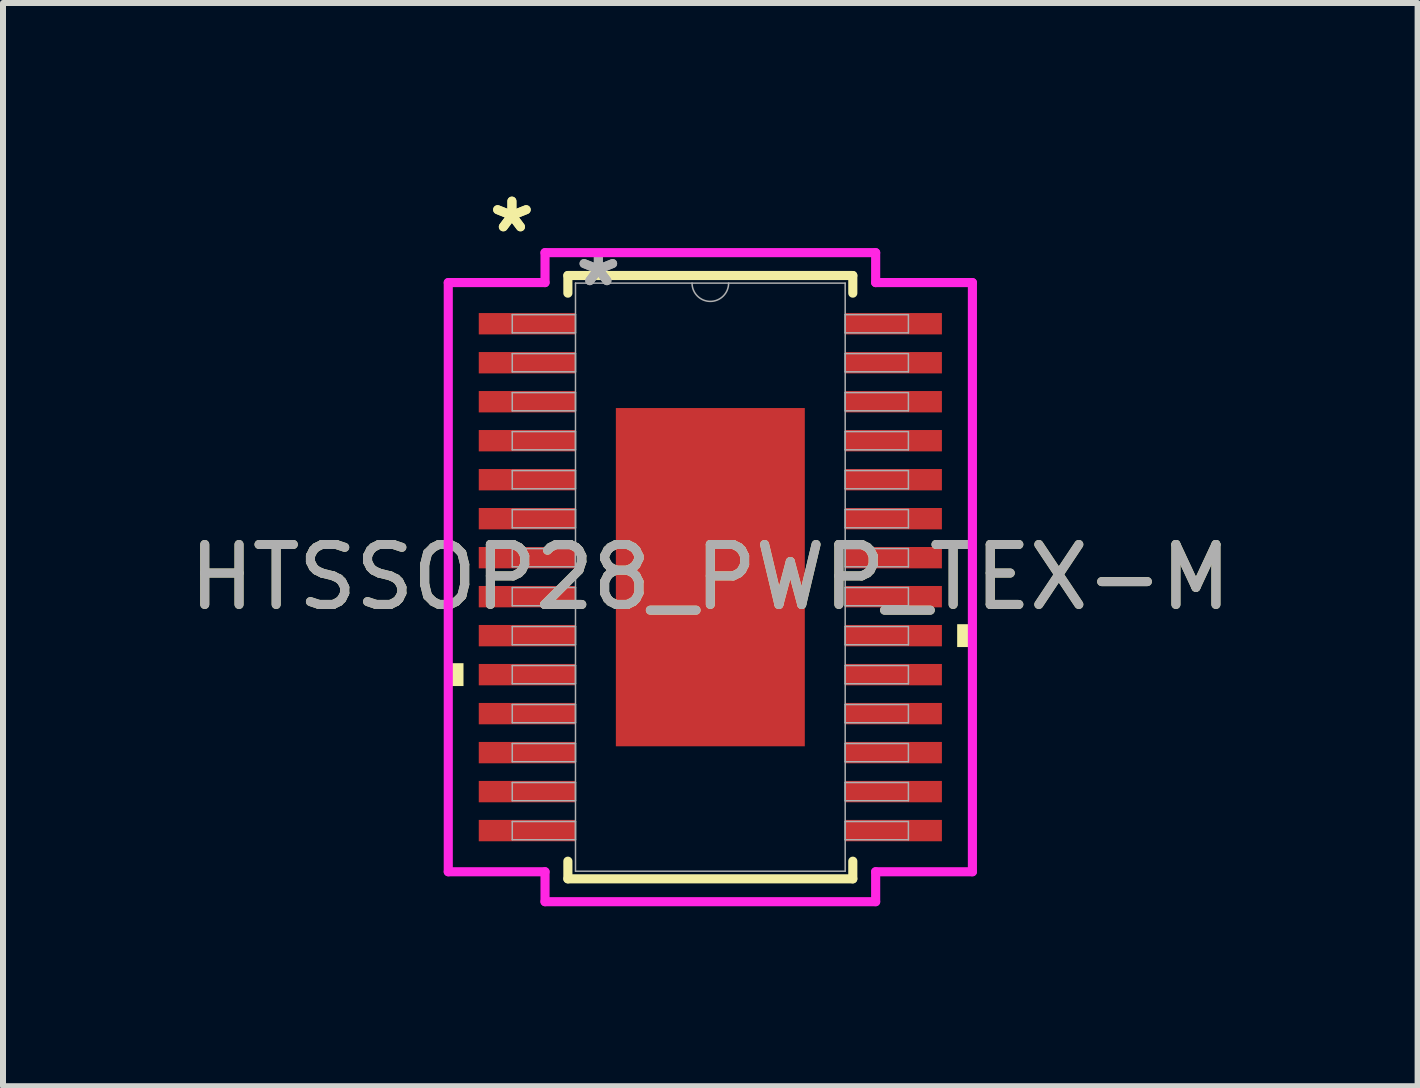
<source format=kicad_pcb>
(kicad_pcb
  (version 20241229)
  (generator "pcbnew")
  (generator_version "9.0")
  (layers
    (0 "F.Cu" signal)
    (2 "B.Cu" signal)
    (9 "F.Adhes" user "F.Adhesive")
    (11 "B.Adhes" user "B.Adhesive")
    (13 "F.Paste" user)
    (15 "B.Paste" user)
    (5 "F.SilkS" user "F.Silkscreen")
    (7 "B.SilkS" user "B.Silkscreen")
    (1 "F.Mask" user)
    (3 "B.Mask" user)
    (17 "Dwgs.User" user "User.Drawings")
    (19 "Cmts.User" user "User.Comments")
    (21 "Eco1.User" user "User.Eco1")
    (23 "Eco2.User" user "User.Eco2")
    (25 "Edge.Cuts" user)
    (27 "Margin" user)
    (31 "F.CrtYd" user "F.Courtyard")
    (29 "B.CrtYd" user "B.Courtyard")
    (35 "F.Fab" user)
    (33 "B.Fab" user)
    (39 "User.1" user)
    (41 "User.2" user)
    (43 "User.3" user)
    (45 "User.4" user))
  (footprint "HTSSOP28_PWP_TEX-M"
    (layer "F.Cu")
    (at 8.792 6.572)
    (property "Reference" "HTSSOP28_PWP_TEX-M" (at 0 0 0) (unlocked yes) (layer "F.SilkS") (effects (font (size 1 1) (thickness 0.15))))
    (attr smd)
    (fp_line (start -2.375 -5.029) (end -2.375 -4.735) (stroke (width 0.152) (type solid)) (layer "F.SilkS"))
    (fp_line (start -2.375 4.735) (end -2.375 5.029) (stroke (width 0.152) (type solid)) (layer "F.SilkS"))
    (fp_line (start -2.375 5.029) (end 2.375 5.029) (stroke (width 0.152) (type solid)) (layer "F.SilkS"))
    (fp_line (start 2.375 -5.029) (end -2.375 -5.029) (stroke (width 0.152) (type solid)) (layer "F.SilkS"))
    (fp_line (start 2.375 -4.735) (end 2.375 -5.029) (stroke (width 0.152) (type solid)) (layer "F.SilkS"))
    (fp_line (start 2.375 5.029) (end 2.375 4.735) (stroke (width 0.152) (type solid)) (layer "F.SilkS"))
    (fp_poly (pts (xy -4.369 1.434) (xy -4.369 1.815) (xy -4.115 1.815) (xy -4.115 1.434)) (stroke (width 0) (type solid)) (fill yes) (layer "F.SilkS"))
    (fp_poly (pts (xy 4.369 0.784) (xy 4.369 1.165) (xy 4.115 1.165) (xy 4.115 0.784)) (stroke (width 0) (type solid)) (fill yes) (layer "F.SilkS"))
    (fp_poly (pts (xy -1.475 -2.719) (xy -1.475 -1.51) (xy -0.1 -1.51) (xy -0.1 -2.719)) (stroke (width 0) (type solid)) (fill yes) (layer "F.Paste"))
    (fp_poly (pts (xy -1.475 -1.31) (xy -1.475 -0.1) (xy -0.1 -0.1) (xy -0.1 -1.31)) (stroke (width 0) (type solid)) (fill yes) (layer "F.Paste"))
    (fp_poly (pts (xy -1.475 0.1) (xy -1.475 1.31) (xy -0.1 1.31) (xy -0.1 0.1)) (stroke (width 0) (type solid)) (fill yes) (layer "F.Paste"))
    (fp_poly (pts (xy -1.475 1.51) (xy -1.475 2.719) (xy -0.1 2.719) (xy -0.1 1.51)) (stroke (width 0) (type solid)) (fill yes) (layer "F.Paste"))
    (fp_poly (pts (xy 0.1 -2.719) (xy 0.1 -1.51) (xy 1.475 -1.51) (xy 1.475 -2.719)) (stroke (width 0) (type solid)) (fill yes) (layer "F.Paste"))
    (fp_poly (pts (xy 0.1 -1.31) (xy 0.1 -0.1) (xy 1.475 -0.1) (xy 1.475 -1.31)) (stroke (width 0) (type solid)) (fill yes) (layer "F.Paste"))
    (fp_poly (pts (xy 0.1 0.1) (xy 0.1 1.31) (xy 1.475 1.31) (xy 1.475 0.1)) (stroke (width 0) (type solid)) (fill yes) (layer "F.Paste"))
    (fp_poly (pts (xy 0.1 1.51) (xy 0.1 2.719) (xy 1.475 2.719) (xy 1.475 1.51)) (stroke (width 0) (type solid)) (fill yes) (layer "F.Paste"))
    (fp_line (start -4.369 -4.911) (end -2.756 -4.911) (stroke (width 0.152) (type solid)) (layer "F.CrtYd"))
    (fp_line (start -4.369 4.911) (end -4.369 -4.911) (stroke (width 0.152) (type solid)) (layer "F.CrtYd"))
    (fp_line (start -4.369 4.911) (end -2.756 4.911) (stroke (width 0.152) (type solid)) (layer "F.CrtYd"))
    (fp_line (start -2.756 -5.41) (end 2.756 -5.41) (stroke (width 0.152) (type solid)) (layer "F.CrtYd"))
    (fp_line (start -2.756 -4.911) (end -2.756 -5.41) (stroke (width 0.152) (type solid)) (layer "F.CrtYd"))
    (fp_line (start -2.756 5.41) (end -2.756 4.911) (stroke (width 0.152) (type solid)) (layer "F.CrtYd"))
    (fp_line (start 2.756 -5.41) (end 2.756 -4.911) (stroke (width 0.152) (type solid)) (layer "F.CrtYd"))
    (fp_line (start 2.756 4.911) (end 2.756 5.41) (stroke (width 0.152) (type solid)) (layer "F.CrtYd"))
    (fp_line (start 2.756 5.41) (end -2.756 5.41) (stroke (width 0.152) (type solid)) (layer "F.CrtYd"))
    (fp_line (start 4.369 -4.911) (end 2.756 -4.911) (stroke (width 0.152) (type solid)) (layer "F.CrtYd"))
    (fp_line (start 4.369 -4.911) (end 4.369 4.911) (stroke (width 0.152) (type solid)) (layer "F.CrtYd"))
    (fp_line (start 4.369 4.911) (end 2.756 4.911) (stroke (width 0.152) (type solid)) (layer "F.CrtYd"))
    (fp_line (start -3.302 -4.377) (end -3.302 -4.073) (stroke (width 0.025) (type solid)) (layer "F.Fab"))
    (fp_line (start -3.302 -4.073) (end -2.248 -4.073) (stroke (width 0.025) (type solid)) (layer "F.Fab"))
    (fp_line (start -3.302 -3.727) (end -3.302 -3.423) (stroke (width 0.025) (type solid)) (layer "F.Fab"))
    (fp_line (start -3.302 -3.423) (end -2.248 -3.423) (stroke (width 0.025) (type solid)) (layer "F.Fab"))
    (fp_line (start -3.302 -3.077) (end -3.302 -2.773) (stroke (width 0.025) (type solid)) (layer "F.Fab"))
    (fp_line (start -3.302 -2.773) (end -2.248 -2.773) (stroke (width 0.025) (type solid)) (layer "F.Fab"))
    (fp_line (start -3.302 -2.427) (end -3.302 -2.123) (stroke (width 0.025) (type solid)) (layer "F.Fab"))
    (fp_line (start -3.302 -2.123) (end -2.248 -2.123) (stroke (width 0.025) (type solid)) (layer "F.Fab"))
    (fp_line (start -3.302 -1.777) (end -3.302 -1.473) (stroke (width 0.025) (type solid)) (layer "F.Fab"))
    (fp_line (start -3.302 -1.473) (end -2.248 -1.473) (stroke (width 0.025) (type solid)) (layer "F.Fab"))
    (fp_line (start -3.302 -1.127) (end -3.302 -0.823) (stroke (width 0.025) (type solid)) (layer "F.Fab"))
    (fp_line (start -3.302 -0.823) (end -2.248 -0.823) (stroke (width 0.025) (type solid)) (layer "F.Fab"))
    (fp_line (start -3.302 -0.477) (end -3.302 -0.173) (stroke (width 0.025) (type solid)) (layer "F.Fab"))
    (fp_line (start -3.302 -0.173) (end -2.248 -0.173) (stroke (width 0.025) (type solid)) (layer "F.Fab"))
    (fp_line (start -3.302 0.173) (end -3.302 0.477) (stroke (width 0.025) (type solid)) (layer "F.Fab"))
    (fp_line (start -3.302 0.477) (end -2.248 0.477) (stroke (width 0.025) (type solid)) (layer "F.Fab"))
    (fp_line (start -3.302 0.823) (end -3.302 1.127) (stroke (width 0.025) (type solid)) (layer "F.Fab"))
    (fp_line (start -3.302 1.127) (end -2.248 1.127) (stroke (width 0.025) (type solid)) (layer "F.Fab"))
    (fp_line (start -3.302 1.473) (end -3.302 1.777) (stroke (width 0.025) (type solid)) (layer "F.Fab"))
    (fp_line (start -3.302 1.777) (end -2.248 1.777) (stroke (width 0.025) (type solid)) (layer "F.Fab"))
    (fp_line (start -3.302 2.123) (end -3.302 2.427) (stroke (width 0.025) (type solid)) (layer "F.Fab"))
    (fp_line (start -3.302 2.427) (end -2.248 2.427) (stroke (width 0.025) (type solid)) (layer "F.Fab"))
    (fp_line (start -3.302 2.773) (end -3.302 3.077) (stroke (width 0.025) (type solid)) (layer "F.Fab"))
    (fp_line (start -3.302 3.077) (end -2.248 3.077) (stroke (width 0.025) (type solid)) (layer "F.Fab"))
    (fp_line (start -3.302 3.423) (end -3.302 3.727) (stroke (width 0.025) (type solid)) (layer "F.Fab"))
    (fp_line (start -3.302 3.727) (end -2.248 3.727) (stroke (width 0.025) (type solid)) (layer "F.Fab"))
    (fp_line (start -3.302 4.073) (end -3.302 4.377) (stroke (width 0.025) (type solid)) (layer "F.Fab"))
    (fp_line (start -3.302 4.377) (end -2.248 4.377) (stroke (width 0.025) (type solid)) (layer "F.Fab"))
    (fp_line (start -2.248 -4.902) (end -2.248 4.902) (stroke (width 0.025) (type solid)) (layer "F.Fab"))
    (fp_line (start -2.248 -4.377) (end -3.302 -4.377) (stroke (width 0.025) (type solid)) (layer "F.Fab"))
    (fp_line (start -2.248 -4.073) (end -2.248 -4.377) (stroke (width 0.025) (type solid)) (layer "F.Fab"))
    (fp_line (start -2.248 -3.727) (end -3.302 -3.727) (stroke (width 0.025) (type solid)) (layer "F.Fab"))
    (fp_line (start -2.248 -3.423) (end -2.248 -3.727) (stroke (width 0.025) (type solid)) (layer "F.Fab"))
    (fp_line (start -2.248 -3.077) (end -3.302 -3.077) (stroke (width 0.025) (type solid)) (layer "F.Fab"))
    (fp_line (start -2.248 -2.773) (end -2.248 -3.077) (stroke (width 0.025) (type solid)) (layer "F.Fab"))
    (fp_line (start -2.248 -2.427) (end -3.302 -2.427) (stroke (width 0.025) (type solid)) (layer "F.Fab"))
    (fp_line (start -2.248 -2.123) (end -2.248 -2.427) (stroke (width 0.025) (type solid)) (layer "F.Fab"))
    (fp_line (start -2.248 -1.777) (end -3.302 -1.777) (stroke (width 0.025) (type solid)) (layer "F.Fab"))
    (fp_line (start -2.248 -1.473) (end -2.248 -1.777) (stroke (width 0.025) (type solid)) (layer "F.Fab"))
    (fp_line (start -2.248 -1.127) (end -3.302 -1.127) (stroke (width 0.025) (type solid)) (layer "F.Fab"))
    (fp_line (start -2.248 -0.823) (end -2.248 -1.127) (stroke (width 0.025) (type solid)) (layer "F.Fab"))
    (fp_line (start -2.248 -0.477) (end -3.302 -0.477) (stroke (width 0.025) (type solid)) (layer "F.Fab"))
    (fp_line (start -2.248 -0.173) (end -2.248 -0.477) (stroke (width 0.025) (type solid)) (layer "F.Fab"))
    (fp_line (start -2.248 0.173) (end -3.302 0.173) (stroke (width 0.025) (type solid)) (layer "F.Fab"))
    (fp_line (start -2.248 0.477) (end -2.248 0.173) (stroke (width 0.025) (type solid)) (layer "F.Fab"))
    (fp_line (start -2.248 0.823) (end -3.302 0.823) (stroke (width 0.025) (type solid)) (layer "F.Fab"))
    (fp_line (start -2.248 1.127) (end -2.248 0.823) (stroke (width 0.025) (type solid)) (layer "F.Fab"))
    (fp_line (start -2.248 1.473) (end -3.302 1.473) (stroke (width 0.025) (type solid)) (layer "F.Fab"))
    (fp_line (start -2.248 1.777) (end -2.248 1.473) (stroke (width 0.025) (type solid)) (layer "F.Fab"))
    (fp_line (start -2.248 2.123) (end -3.302 2.123) (stroke (width 0.025) (type solid)) (layer "F.Fab"))
    (fp_line (start -2.248 2.427) (end -2.248 2.123) (stroke (width 0.025) (type solid)) (layer "F.Fab"))
    (fp_line (start -2.248 2.773) (end -3.302 2.773) (stroke (width 0.025) (type solid)) (layer "F.Fab"))
    (fp_line (start -2.248 3.077) (end -2.248 2.773) (stroke (width 0.025) (type solid)) (layer "F.Fab"))
    (fp_line (start -2.248 3.423) (end -3.302 3.423) (stroke (width 0.025) (type solid)) (layer "F.Fab"))
    (fp_line (start -2.248 3.727) (end -2.248 3.423) (stroke (width 0.025) (type solid)) (layer "F.Fab"))
    (fp_line (start -2.248 4.073) (end -3.302 4.073) (stroke (width 0.025) (type solid)) (layer "F.Fab"))
    (fp_line (start -2.248 4.377) (end -2.248 4.073) (stroke (width 0.025) (type solid)) (layer "F.Fab"))
    (fp_line (start -2.248 4.902) (end 2.248 4.902) (stroke (width 0.025) (type solid)) (layer "F.Fab"))
    (fp_line (start 2.248 -4.902) (end -2.248 -4.902) (stroke (width 0.025) (type solid)) (layer "F.Fab"))
    (fp_line (start 2.248 -4.377) (end 2.248 -4.073) (stroke (width 0.025) (type solid)) (layer "F.Fab"))
    (fp_line (start 2.248 -4.073) (end 3.302 -4.073) (stroke (width 0.025) (type solid)) (layer "F.Fab"))
    (fp_line (start 2.248 -3.727) (end 2.248 -3.423) (stroke (width 0.025) (type solid)) (layer "F.Fab"))
    (fp_line (start 2.248 -3.423) (end 3.302 -3.423) (stroke (width 0.025) (type solid)) (layer "F.Fab"))
    (fp_line (start 2.248 -3.077) (end 2.248 -2.773) (stroke (width 0.025) (type solid)) (layer "F.Fab"))
    (fp_line (start 2.248 -2.773) (end 3.302 -2.773) (stroke (width 0.025) (type solid)) (layer "F.Fab"))
    (fp_line (start 2.248 -2.427) (end 2.248 -2.123) (stroke (width 0.025) (type solid)) (layer "F.Fab"))
    (fp_line (start 2.248 -2.123) (end 3.302 -2.123) (stroke (width 0.025) (type solid)) (layer "F.Fab"))
    (fp_line (start 2.248 -1.777) (end 2.248 -1.473) (stroke (width 0.025) (type solid)) (layer "F.Fab"))
    (fp_line (start 2.248 -1.473) (end 3.302 -1.473) (stroke (width 0.025) (type solid)) (layer "F.Fab"))
    (fp_line (start 2.248 -1.127) (end 2.248 -0.823) (stroke (width 0.025) (type solid)) (layer "F.Fab"))
    (fp_line (start 2.248 -0.823) (end 3.302 -0.823) (stroke (width 0.025) (type solid)) (layer "F.Fab"))
    (fp_line (start 2.248 -0.477) (end 2.248 -0.173) (stroke (width 0.025) (type solid)) (layer "F.Fab"))
    (fp_line (start 2.248 -0.173) (end 3.302 -0.173) (stroke (width 0.025) (type solid)) (layer "F.Fab"))
    (fp_line (start 2.248 0.173) (end 2.248 0.477) (stroke (width 0.025) (type solid)) (layer "F.Fab"))
    (fp_line (start 2.248 0.477) (end 3.302 0.477) (stroke (width 0.025) (type solid)) (layer "F.Fab"))
    (fp_line (start 2.248 0.823) (end 2.248 1.127) (stroke (width 0.025) (type solid)) (layer "F.Fab"))
    (fp_line (start 2.248 1.127) (end 3.302 1.127) (stroke (width 0.025) (type solid)) (layer "F.Fab"))
    (fp_line (start 2.248 1.473) (end 2.248 1.777) (stroke (width 0.025) (type solid)) (layer "F.Fab"))
    (fp_line (start 2.248 1.777) (end 3.302 1.777) (stroke (width 0.025) (type solid)) (layer "F.Fab"))
    (fp_line (start 2.248 2.123) (end 2.248 2.427) (stroke (width 0.025) (type solid)) (layer "F.Fab"))
    (fp_line (start 2.248 2.427) (end 3.302 2.427) (stroke (width 0.025) (type solid)) (layer "F.Fab"))
    (fp_line (start 2.248 2.773) (end 2.248 3.077) (stroke (width 0.025) (type solid)) (layer "F.Fab"))
    (fp_line (start 2.248 3.077) (end 3.302 3.077) (stroke (width 0.025) (type solid)) (layer "F.Fab"))
    (fp_line (start 2.248 3.423) (end 2.248 3.727) (stroke (width 0.025) (type solid)) (layer "F.Fab"))
    (fp_line (start 2.248 3.727) (end 3.302 3.727) (stroke (width 0.025) (type solid)) (layer "F.Fab"))
    (fp_line (start 2.248 4.073) (end 2.248 4.377) (stroke (width 0.025) (type solid)) (layer "F.Fab"))
    (fp_line (start 2.248 4.377) (end 3.302 4.377) (stroke (width 0.025) (type solid)) (layer "F.Fab"))
    (fp_line (start 2.248 4.902) (end 2.248 -4.902) (stroke (width 0.025) (type solid)) (layer "F.Fab"))
    (fp_line (start 3.302 -4.377) (end 2.248 -4.377) (stroke (width 0.025) (type solid)) (layer "F.Fab"))
    (fp_line (start 3.302 -4.073) (end 3.302 -4.377) (stroke (width 0.025) (type solid)) (layer "F.Fab"))
    (fp_line (start 3.302 -3.727) (end 2.248 -3.727) (stroke (width 0.025) (type solid)) (layer "F.Fab"))
    (fp_line (start 3.302 -3.423) (end 3.302 -3.727) (stroke (width 0.025) (type solid)) (layer "F.Fab"))
    (fp_line (start 3.302 -3.077) (end 2.248 -3.077) (stroke (width 0.025) (type solid)) (layer "F.Fab"))
    (fp_line (start 3.302 -2.773) (end 3.302 -3.077) (stroke (width 0.025) (type solid)) (layer "F.Fab"))
    (fp_line (start 3.302 -2.427) (end 2.248 -2.427) (stroke (width 0.025) (type solid)) (layer "F.Fab"))
    (fp_line (start 3.302 -2.123) (end 3.302 -2.427) (stroke (width 0.025) (type solid)) (layer "F.Fab"))
    (fp_line (start 3.302 -1.777) (end 2.248 -1.777) (stroke (width 0.025) (type solid)) (layer "F.Fab"))
    (fp_line (start 3.302 -1.473) (end 3.302 -1.777) (stroke (width 0.025) (type solid)) (layer "F.Fab"))
    (fp_line (start 3.302 -1.127) (end 2.248 -1.127) (stroke (width 0.025) (type solid)) (layer "F.Fab"))
    (fp_line (start 3.302 -0.823) (end 3.302 -1.127) (stroke (width 0.025) (type solid)) (layer "F.Fab"))
    (fp_line (start 3.302 -0.477) (end 2.248 -0.477) (stroke (width 0.025) (type solid)) (layer "F.Fab"))
    (fp_line (start 3.302 -0.173) (end 3.302 -0.477) (stroke (width 0.025) (type solid)) (layer "F.Fab"))
    (fp_line (start 3.302 0.173) (end 2.248 0.173) (stroke (width 0.025) (type solid)) (layer "F.Fab"))
    (fp_line (start 3.302 0.477) (end 3.302 0.173) (stroke (width 0.025) (type solid)) (layer "F.Fab"))
    (fp_line (start 3.302 0.823) (end 2.248 0.823) (stroke (width 0.025) (type solid)) (layer "F.Fab"))
    (fp_line (start 3.302 1.127) (end 3.302 0.823) (stroke (width 0.025) (type solid)) (layer "F.Fab"))
    (fp_line (start 3.302 1.473) (end 2.248 1.473) (stroke (width 0.025) (type solid)) (layer "F.Fab"))
    (fp_line (start 3.302 1.777) (end 3.302 1.473) (stroke (width 0.025) (type solid)) (layer "F.Fab"))
    (fp_line (start 3.302 2.123) (end 2.248 2.123) (stroke (width 0.025) (type solid)) (layer "F.Fab"))
    (fp_line (start 3.302 2.427) (end 3.302 2.123) (stroke (width 0.025) (type solid)) (layer "F.Fab"))
    (fp_line (start 3.302 2.773) (end 2.248 2.773) (stroke (width 0.025) (type solid)) (layer "F.Fab"))
    (fp_line (start 3.302 3.077) (end 3.302 2.773) (stroke (width 0.025) (type solid)) (layer "F.Fab"))
    (fp_line (start 3.302 3.423) (end 2.248 3.423) (stroke (width 0.025) (type solid)) (layer "F.Fab"))
    (fp_line (start 3.302 3.727) (end 3.302 3.423) (stroke (width 0.025) (type solid)) (layer "F.Fab"))
    (fp_line (start 3.302 4.073) (end 2.248 4.073) (stroke (width 0.025) (type solid)) (layer "F.Fab"))
    (fp_line (start 3.302 4.377) (end 3.302 4.073) (stroke (width 0.025) (type solid)) (layer "F.Fab"))
    (fp_arc (start 0.3048 -4.9022) (mid 0 -4.5974) (end -0.3048 -4.9022) (stroke (width 0.0254) (type solid)) (layer "F.Fab"))
    (fp_text user "*" (at -3.308 -5.724 0) (layer "F.SilkS") (effects (font (size 1 1) (thickness 0.15))))
    (fp_text user "*" (at -3.308 -5.724 0) (unlocked yes) (layer "F.SilkS") (effects (font (size 1 1) (thickness 0.15))))
    (fp_text user "${REFERENCE}" (at 0 0 0) (unlocked yes) (layer "F.Fab") (effects (font (size 1 1) (thickness 0.15))))
    (fp_text user "*" (at -1.867 -4.826 0) (layer "F.Fab") (effects (font (size 1 1) (thickness 0.15))))
    (fp_text user "*" (at -1.867 -4.826 0) (unlocked yes) (layer "F.Fab") (effects (font (size 1 1) (thickness 0.15))))
    (pad "1" smd rect (at -3.054 -4.225) (size 1.613 0.356) (layers "F.Cu" "F.Mask" "F.Paste"))
    (pad "2" smd rect (at -3.054 -3.575) (size 1.613 0.356) (layers "F.Cu" "F.Mask" "F.Paste"))
    (pad "3" smd rect (at -3.054 -2.925) (size 1.613 0.356) (layers "F.Cu" "F.Mask" "F.Paste"))
    (pad "4" smd rect (at -3.054 -2.275) (size 1.613 0.356) (layers "F.Cu" "F.Mask" "F.Paste"))
    (pad "5" smd rect (at -3.054 -1.625) (size 1.613 0.356) (layers "F.Cu" "F.Mask" "F.Paste"))
    (pad "6" smd rect (at -3.054 -0.975) (size 1.613 0.356) (layers "F.Cu" "F.Mask" "F.Paste"))
    (pad "7" smd rect (at -3.054 -0.325) (size 1.613 0.356) (layers "F.Cu" "F.Mask" "F.Paste"))
    (pad "8" smd rect (at -3.054 0.325) (size 1.613 0.356) (layers "F.Cu" "F.Mask" "F.Paste"))
    (pad "9" smd rect (at -3.054 0.975) (size 1.613 0.356) (layers "F.Cu" "F.Mask" "F.Paste"))
    (pad "10" smd rect (at -3.054 1.625) (size 1.613 0.356) (layers "F.Cu" "F.Mask" "F.Paste"))
    (pad "11" smd rect (at -3.054 2.275) (size 1.613 0.356) (layers "F.Cu" "F.Mask" "F.Paste"))
    (pad "12" smd rect (at -3.054 2.925) (size 1.613 0.356) (layers "F.Cu" "F.Mask" "F.Paste"))
    (pad "13" smd rect (at -3.054 3.575) (size 1.613 0.356) (layers "F.Cu" "F.Mask" "F.Paste"))
    (pad "14" smd rect (at -3.054 4.225) (size 1.613 0.356) (layers "F.Cu" "F.Mask" "F.Paste"))
    (pad "15" smd rect (at 3.054 4.225) (size 1.613 0.356) (layers "F.Cu" "F.Mask" "F.Paste"))
    (pad "16" smd rect (at 3.054 3.575) (size 1.613 0.356) (layers "F.Cu" "F.Mask" "F.Paste"))
    (pad "17" smd rect (at 3.054 2.925) (size 1.613 0.356) (layers "F.Cu" "F.Mask" "F.Paste"))
    (pad "18" smd rect (at 3.054 2.275) (size 1.613 0.356) (layers "F.Cu" "F.Mask" "F.Paste"))
    (pad "19" smd rect (at 3.054 1.625) (size 1.613 0.356) (layers "F.Cu" "F.Mask" "F.Paste"))
    (pad "20" smd rect (at 3.054 0.975) (size 1.613 0.356) (layers "F.Cu" "F.Mask" "F.Paste"))
    (pad "21" smd rect (at 3.054 0.325) (size 1.613 0.356) (layers "F.Cu" "F.Mask" "F.Paste"))
    (pad "22" smd rect (at 3.054 -0.325) (size 1.613 0.356) (layers "F.Cu" "F.Mask" "F.Paste"))
    (pad "23" smd rect (at 3.054 -0.975) (size 1.613 0.356) (layers "F.Cu" "F.Mask" "F.Paste"))
    (pad "24" smd rect (at 3.054 -1.625) (size 1.613 0.356) (layers "F.Cu" "F.Mask" "F.Paste"))
    (pad "25" smd rect (at 3.054 -2.275) (size 1.613 0.356) (layers "F.Cu" "F.Mask" "F.Paste"))
    (pad "26" smd rect (at 3.054 -2.925) (size 1.613 0.356) (layers "F.Cu" "F.Mask" "F.Paste"))
    (pad "27" smd rect (at 3.054 -3.575) (size 1.613 0.356) (layers "F.Cu" "F.Mask" "F.Paste"))
    (pad "28" smd rect (at 3.054 -4.225) (size 1.613 0.356) (layers "F.Cu" "F.Mask" "F.Paste"))
    (pad "EPAD" smd rect (at 0 0) (size 3.15 5.639) (layers "F.Cu" "F.Mask")))
  (gr_rect
    (start -3 -3)
    (end 20.583 15.058)
    (stroke (width 0.1) (type default))
    (fill no)
    (layer "Edge.Cuts")))
</source>
